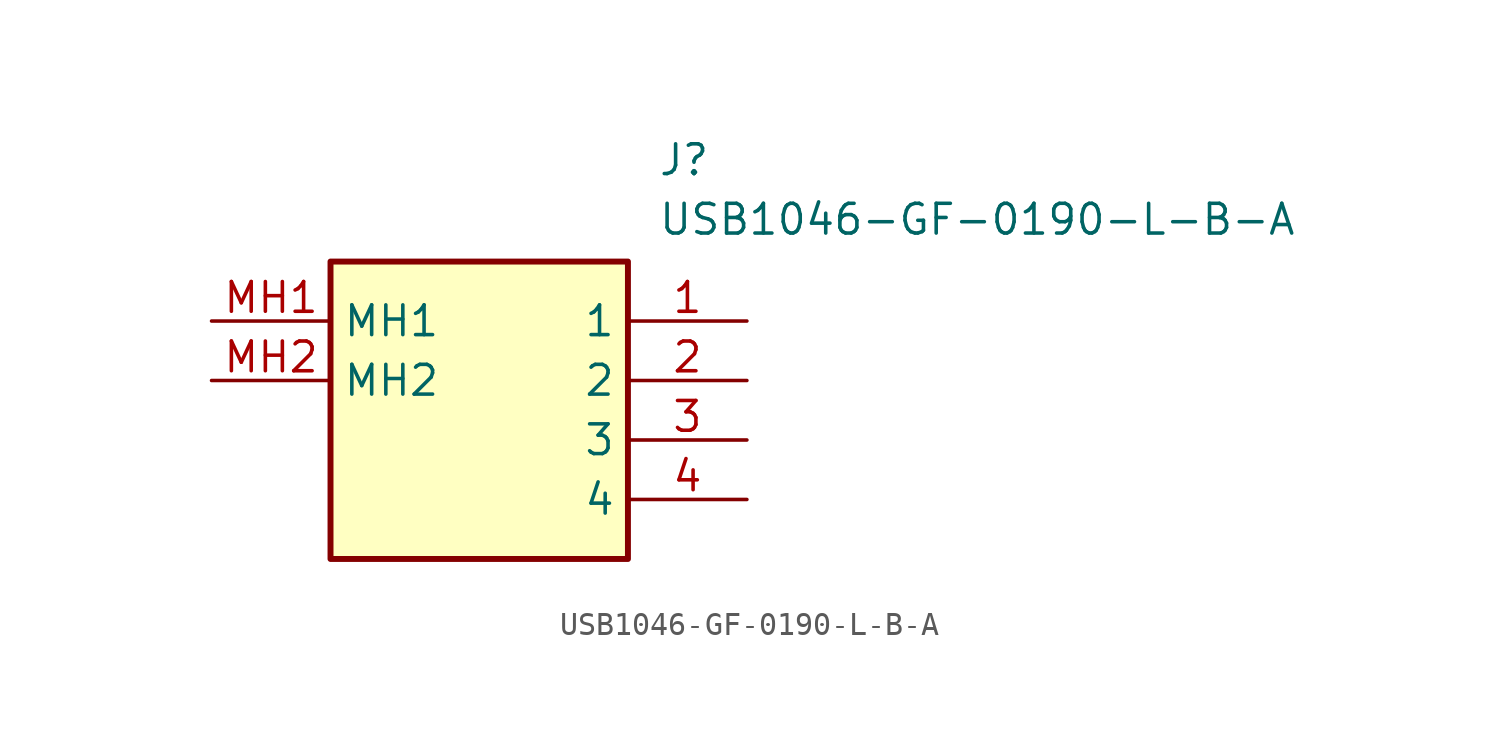
<source format=kicad_sym>
(kicad_symbol_lib
  (version 20211014)
  (generator SamacSys_ECAD_Model)
  (symbol "USB1046-GF-0190-L-B-A"
    (property "Reference" "J"
      (at 19.05 7.62 0)
      (effects (font (size 1.27 1.27)) (justify left top)))
    (property "Value" "USB1046-GF-0190-L-B-A"
      (at 19.05 5.08 0)
      (effects (font (size 1.27 1.27)) (justify left top)))
    (rectangle
      (start 5.08 2.54)
      (end 17.78 -10.16)
      (stroke (width 0.254) (type default))
      (fill (type background)))
    (pin passive line
      (at 22.86 0 180)
      (length 5.08)
      (name "1" (effects (font (size 1.27 1.27))))
      (number "1" (effects (font (size 1.27 1.27)))))
    (pin passive line
      (at 22.86 -2.54 180)
      (length 5.08)
      (name "2" (effects (font (size 1.27 1.27))))
      (number "2" (effects (font (size 1.27 1.27)))))
    (pin passive line
      (at 22.86 -5.08 180)
      (length 5.08)
      (name "3" (effects (font (size 1.27 1.27))))
      (number "3" (effects (font (size 1.27 1.27)))))
    (pin passive line
      (at 22.86 -7.62 180)
      (length 5.08)
      (name "4" (effects (font (size 1.27 1.27))))
      (number "4" (effects (font (size 1.27 1.27)))))
    (pin passive line
      (at 0 0 0)
      (length 5.08)
      (name "MH1" (effects (font (size 1.27 1.27))))
      (number "MH1" (effects (font (size 1.27 1.27)))))
    (pin passive line
      (at 0 -2.54 0)
      (length 5.08)
      (name "MH2" (effects (font (size 1.27 1.27))))
      (number "MH2" (effects (font (size 1.27 1.27)))))))
</source>
